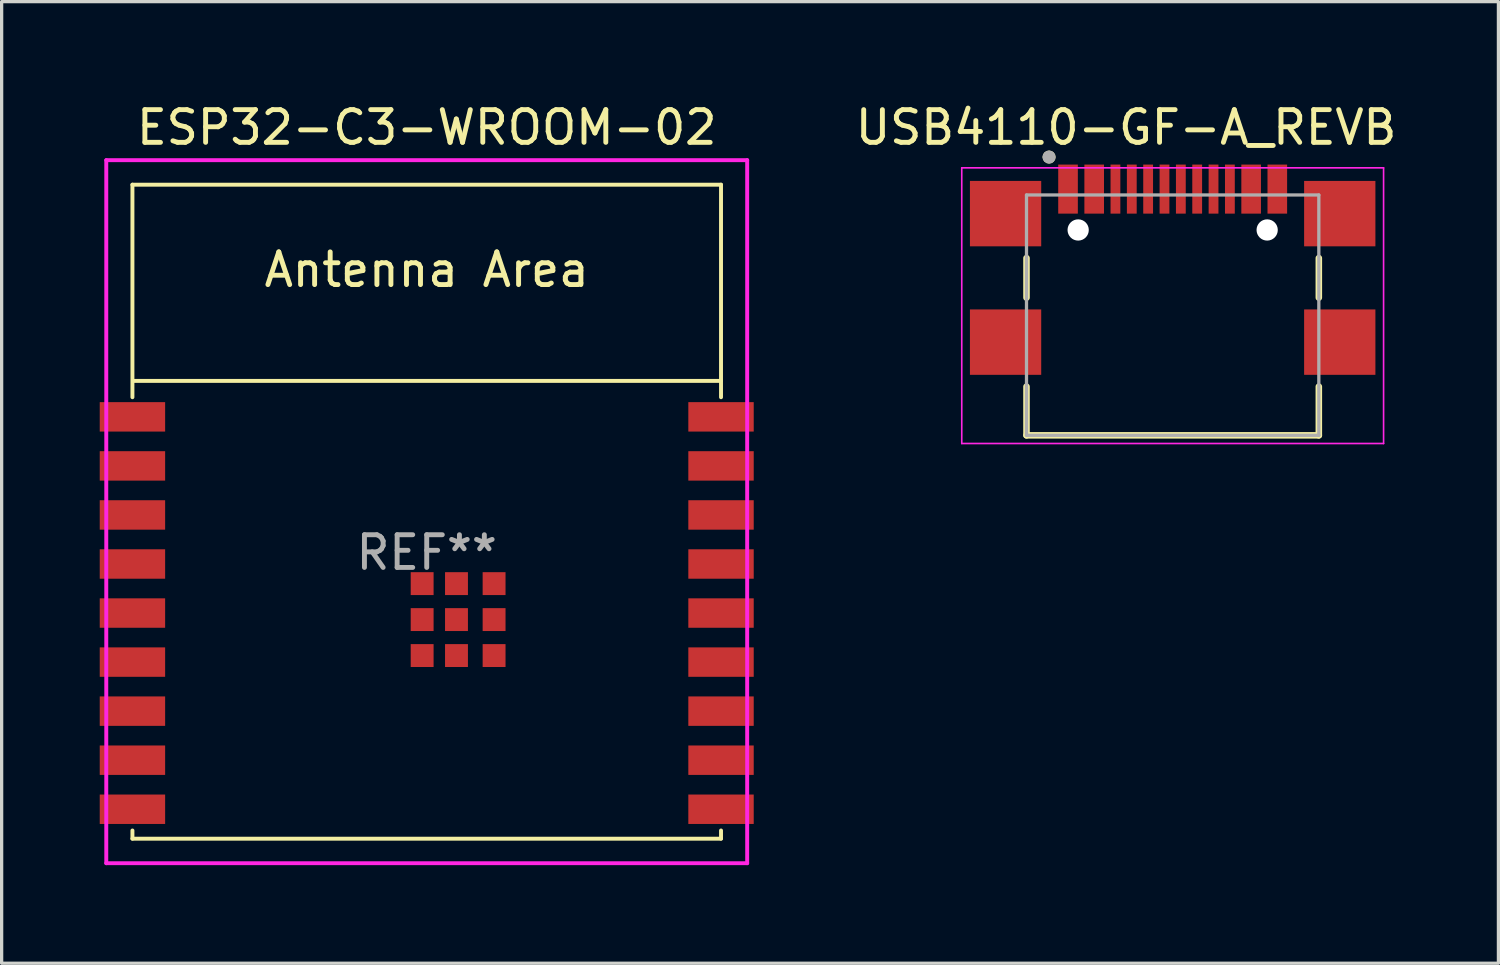
<source format=kicad_pcb>
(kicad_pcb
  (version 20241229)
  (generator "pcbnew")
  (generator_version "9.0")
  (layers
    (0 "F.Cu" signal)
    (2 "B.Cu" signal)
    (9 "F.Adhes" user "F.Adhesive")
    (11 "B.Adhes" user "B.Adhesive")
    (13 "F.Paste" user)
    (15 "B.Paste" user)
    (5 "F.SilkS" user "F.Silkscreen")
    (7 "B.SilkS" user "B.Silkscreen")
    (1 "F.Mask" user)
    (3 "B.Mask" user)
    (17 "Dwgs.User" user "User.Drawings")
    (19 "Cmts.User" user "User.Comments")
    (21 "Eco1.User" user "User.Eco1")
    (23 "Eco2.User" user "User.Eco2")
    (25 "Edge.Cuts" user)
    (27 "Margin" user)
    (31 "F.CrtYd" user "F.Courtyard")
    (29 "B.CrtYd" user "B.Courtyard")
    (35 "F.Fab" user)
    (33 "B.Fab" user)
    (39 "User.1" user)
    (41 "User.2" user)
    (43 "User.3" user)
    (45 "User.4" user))
  (footprint "USB4110-GF-A_REVB"
    (layer "F.Cu")
    (at 32.812 3.983)
    (property "Reference" "USB4110-GF-A_REVB" (at -1.425 -3.135 0) (layer "F.SilkS") (effects (font (size 1 1) (thickness 0.15))))
    (attr through_hole)
    (fp_line (start -4.47 0.86) (end -4.47 2.07) (stroke (width 0.2) (type solid)) (layer "F.SilkS"))
    (fp_line (start -4.47 4.79) (end -4.47 6.28) (stroke (width 0.2) (type solid)) (layer "F.SilkS"))
    (fp_line (start -4.47 6.28) (end 4.47 6.28) (stroke (width 0.2) (type solid)) (layer "F.SilkS"))
    (fp_line (start 4.47 0.86) (end 4.47 2.07) (stroke (width 0.2) (type solid)) (layer "F.SilkS"))
    (fp_line (start 4.47 6.28) (end 4.47 4.79) (stroke (width 0.2) (type solid)) (layer "F.SilkS"))
    (fp_circle (center -3.78 -2.23) (end -3.68 -2.23) (stroke (width 0.2) (type solid)) (fill no) (layer "F.SilkS"))
    (fp_line (start -6.45 -1.9) (end 6.45 -1.9) (stroke (width 0.05) (type solid)) (layer "F.CrtYd"))
    (fp_line (start -6.45 6.53) (end -6.45 -1.9) (stroke (width 0.05) (type solid)) (layer "F.CrtYd"))
    (fp_line (start 6.45 -1.9) (end 6.45 6.53) (stroke (width 0.05) (type solid)) (layer "F.CrtYd"))
    (fp_line (start 6.45 6.53) (end -6.45 6.53) (stroke (width 0.05) (type solid)) (layer "F.CrtYd"))
    (fp_line (start -4.47 -1.07) (end -4.47 6.28) (stroke (width 0.1) (type solid)) (layer "F.Fab"))
    (fp_line (start -4.47 6.28) (end 4.47 6.28) (stroke (width 0.1) (type solid)) (layer "F.Fab"))
    (fp_line (start 4.47 -1.07) (end -4.47 -1.07) (stroke (width 0.1) (type solid)) (layer "F.Fab"))
    (fp_line (start 4.47 6.28) (end 4.47 -1.07) (stroke (width 0.1) (type solid)) (layer "F.Fab"))
    (fp_circle (center -3.78 -2.23) (end -3.68 -2.23) (stroke (width 0.2) (type solid)) (fill no) (layer "F.Fab"))
    (pad "" np_thru_hole circle (at -2.89 0) (size 0.65 0.65) (drill 0.65) (layers "*.Cu" "*.Mask"))
    (pad "" np_thru_hole circle (at 2.89 0) (size 0.65 0.65) (drill 0.65) (layers "*.Cu" "*.Mask"))
    (pad "A1/B12" smd rect (at -3.2 -1.25) (size 0.6 1.5) (layers "F.Cu" "F.Mask" "F.Paste"))
    (pad "A4/B9" smd rect (at -2.4 -1.25) (size 0.6 1.5) (layers "F.Cu" "F.Mask" "F.Paste"))
    (pad "A5" smd rect (at -1.25 -1.25) (size 0.3 1.5) (layers "F.Cu" "F.Mask" "F.Paste"))
    (pad "A6" smd rect (at -0.25 -1.25) (size 0.3 1.5) (layers "F.Cu" "F.Mask" "F.Paste"))
    (pad "A7" smd rect (at 0.25 -1.25) (size 0.3 1.5) (layers "F.Cu" "F.Mask" "F.Paste"))
    (pad "A8" smd rect (at 1.25 -1.25) (size 0.3 1.5) (layers "F.Cu" "F.Mask" "F.Paste"))
    (pad "B1/A12" smd rect (at 3.2 -1.25) (size 0.6 1.5) (layers "F.Cu" "F.Mask" "F.Paste"))
    (pad "B4/A9" smd rect (at 2.4 -1.25) (size 0.6 1.5) (layers "F.Cu" "F.Mask" "F.Paste"))
    (pad "B5" smd rect (at 1.75 -1.25) (size 0.3 1.5) (layers "F.Cu" "F.Mask" "F.Paste"))
    (pad "B6" smd rect (at 0.75 -1.25) (size 0.3 1.5) (layers "F.Cu" "F.Mask" "F.Paste"))
    (pad "B7" smd rect (at -0.75 -1.25) (size 0.3 1.5) (layers "F.Cu" "F.Mask" "F.Paste"))
    (pad "B8" smd rect (at -1.75 -1.25) (size 0.3 1.5) (layers "F.Cu" "F.Mask" "F.Paste"))
    (pad "S1" smd rect (at -5.11 -0.5) (size 2.18 2) (layers "F.Cu" "F.Mask" "F.Paste"))
    (pad "S2" smd rect (at 5.11 -0.5) (size 2.18 2) (layers "F.Cu" "F.Mask" "F.Paste"))
    (pad "S3" smd rect (at -5.11 3.43) (size 2.18 2) (layers "F.Cu" "F.Mask" "F.Paste"))
    (pad "S4" smd rect (at 5.11 3.43) (size 2.18 2) (layers "F.Cu" "F.Mask" "F.Paste")))
  (footprint "ESP32-C3-WROOM-02"
    (layer "F.Cu")
    (at 10 13.848)
    (property "Reference" "ESP32-C3-WROOM-02" (at 0 -13 0) (layer "F.SilkS") (effects (font (size 1 1) (thickness 0.15))))
    (attr smd)
    (fp_line (start -9 -11.25) (end -9 -4.75) (stroke (width 0.12) (type solid)) (layer "F.SilkS"))
    (fp_line (start -9 -11.25) (end 9 -11.25) (stroke (width 0.12) (type solid)) (layer "F.SilkS"))
    (fp_line (start -9 8.75) (end -9 8.5) (stroke (width 0.12) (type solid)) (layer "F.SilkS"))
    (fp_line (start 9 -11.25) (end 9 -4.75) (stroke (width 0.12) (type solid)) (layer "F.SilkS"))
    (fp_line (start 9 -5.25) (end -8.95 -5.25) (stroke (width 0.12) (type solid)) (layer "F.SilkS"))
    (fp_line (start 9 8.5) (end 9 8.75) (stroke (width 0.12) (type solid)) (layer "F.SilkS"))
    (fp_line (start 9 8.75) (end -9 8.75) (stroke (width 0.12) (type solid)) (layer "F.SilkS"))
    (fp_line (start -9 -11.25) (end 9 -11.25) (stroke (width 0.12) (type solid)) (layer "Eco2.User"))
    (fp_line (start -9 -5.25) (end 9 -5.25) (stroke (width 0.12) (type solid)) (layer "Eco2.User"))
    (fp_line (start -9 8.75) (end -9 -11.25) (stroke (width 0.12) (type solid)) (layer "Eco2.User"))
    (fp_line (start 9 -11.25) (end 9 8.75) (stroke (width 0.12) (type solid)) (layer "Eco2.User"))
    (fp_line (start 9 8.75) (end -9 8.75) (stroke (width 0.12) (type solid)) (layer "Eco2.User"))
    (fp_line (start -9.8 -12) (end -9.8 9.5) (stroke (width 0.12) (type solid)) (layer "F.CrtYd"))
    (fp_line (start 9.8 -12) (end -9.8 -12) (stroke (width 0.12) (type solid)) (layer "F.CrtYd"))
    (fp_line (start 9.8 9.5) (end -9.8 9.5) (stroke (width 0.12) (type solid)) (layer "F.CrtYd"))
    (fp_line (start 9.8 9.5) (end 9.8 -12) (stroke (width 0.12) (type solid)) (layer "F.CrtYd"))
    (fp_text user "Antenna Area" (at 0 -8.65 0) (layer "F.SilkS") (effects (font (size 1 1) (thickness 0.15))))
    (fp_text user "Antenna Area" (at 0 -8.65 0) (layer "Eco2.User") (effects (font (size 1 1) (thickness 0.15))))
    (fp_text user "REF**" (at 0 0 0) (layer "F.Fab") (effects (font (size 1 1) (thickness 0.15))))
    (pad "1" smd rect (at -9 -4.15) (size 2 0.9) (layers "F.Cu" "F.Mask" "F.Paste"))
    (pad "2" smd rect (at -9 -2.65) (size 2 0.9) (layers "F.Cu" "F.Mask" "F.Paste"))
    (pad "3" smd rect (at -9 -1.15) (size 2 0.9) (layers "F.Cu" "F.Mask" "F.Paste"))
    (pad "4" smd rect (at -9 0.35) (size 2 0.9) (layers "F.Cu" "F.Mask" "F.Paste"))
    (pad "5" smd rect (at -9 1.85) (size 2 0.9) (layers "F.Cu" "F.Mask" "F.Paste"))
    (pad "6" smd rect (at -9 3.35) (size 2 0.9) (layers "F.Cu" "F.Mask" "F.Paste"))
    (pad "7" smd rect (at -9 4.85) (size 2 0.9) (layers "F.Cu" "F.Mask" "F.Paste"))
    (pad "8" smd rect (at -9 6.35) (size 2 0.9) (layers "F.Cu" "F.Mask" "F.Paste"))
    (pad "9" smd rect (at -9 7.85) (size 2 0.9) (layers "F.Cu" "F.Mask" "F.Paste"))
    (pad "10" smd rect (at 9 7.85 180) (size 2 0.9) (layers "F.Cu" "F.Mask" "F.Paste"))
    (pad "11" smd rect (at 9 6.35 180) (size 2 0.9) (layers "F.Cu" "F.Mask" "F.Paste"))
    (pad "12" smd rect (at 9 4.85 180) (size 2 0.9) (layers "F.Cu" "F.Mask" "F.Paste"))
    (pad "13" smd rect (at 9 3.35 180) (size 2 0.9) (layers "F.Cu" "F.Mask" "F.Paste"))
    (pad "14" smd rect (at 9 1.85 180) (size 2 0.9) (layers "F.Cu" "F.Mask" "F.Paste"))
    (pad "15" smd rect (at 9 0.35 180) (size 2 0.9) (layers "F.Cu" "F.Mask" "F.Paste"))
    (pad "16" smd rect (at 9 -1.15 180) (size 2 0.9) (layers "F.Cu" "F.Mask" "F.Paste"))
    (pad "17" smd rect (at 9 -2.65 180) (size 2 0.9) (layers "F.Cu" "F.Mask" "F.Paste"))
    (pad "18" smd rect (at 9 -4.15 180) (size 2 0.9) (layers "F.Cu" "F.Mask" "F.Paste"))
    (pad "19" smd rect (at -0.14 0.95 180) (size 0.7 0.7) (layers "F.Cu" "F.Mask" "F.Paste"))
    (pad "19" smd rect (at -0.14 2.05 180) (size 0.7 0.7) (layers "F.Cu" "F.Mask" "F.Paste"))
    (pad "19" smd rect (at -0.14 3.15 180) (size 0.7 0.7) (layers "F.Cu" "F.Mask" "F.Paste"))
    (pad "19" smd rect (at 0.91 0.95 180) (size 0.7 0.7) (layers "F.Cu" "F.Mask" "F.Paste"))
    (pad "19" smd rect (at 0.91 2.05 180) (size 0.7 0.7) (layers "F.Cu" "F.Mask" "F.Paste"))
    (pad "19" smd rect (at 0.91 3.15 180) (size 0.7 0.7) (layers "F.Cu" "F.Mask" "F.Paste"))
    (pad "19" smd rect (at 2.06 0.95 180) (size 0.7 0.7) (layers "F.Cu" "F.Mask" "F.Paste"))
    (pad "19" smd rect (at 2.06 2.05 180) (size 0.7 0.7) (layers "F.Cu" "F.Mask" "F.Paste"))
    (pad "19" smd rect (at 2.06 3.15 180) (size 0.7 0.7) (layers "F.Cu" "F.Mask" "F.Paste")))
  (gr_rect
    (start -3 -3)
    (end 42.774 26.408)
    (stroke (width 0.1) (type default))
    (fill no)
    (layer "Edge.Cuts")))
</source>
